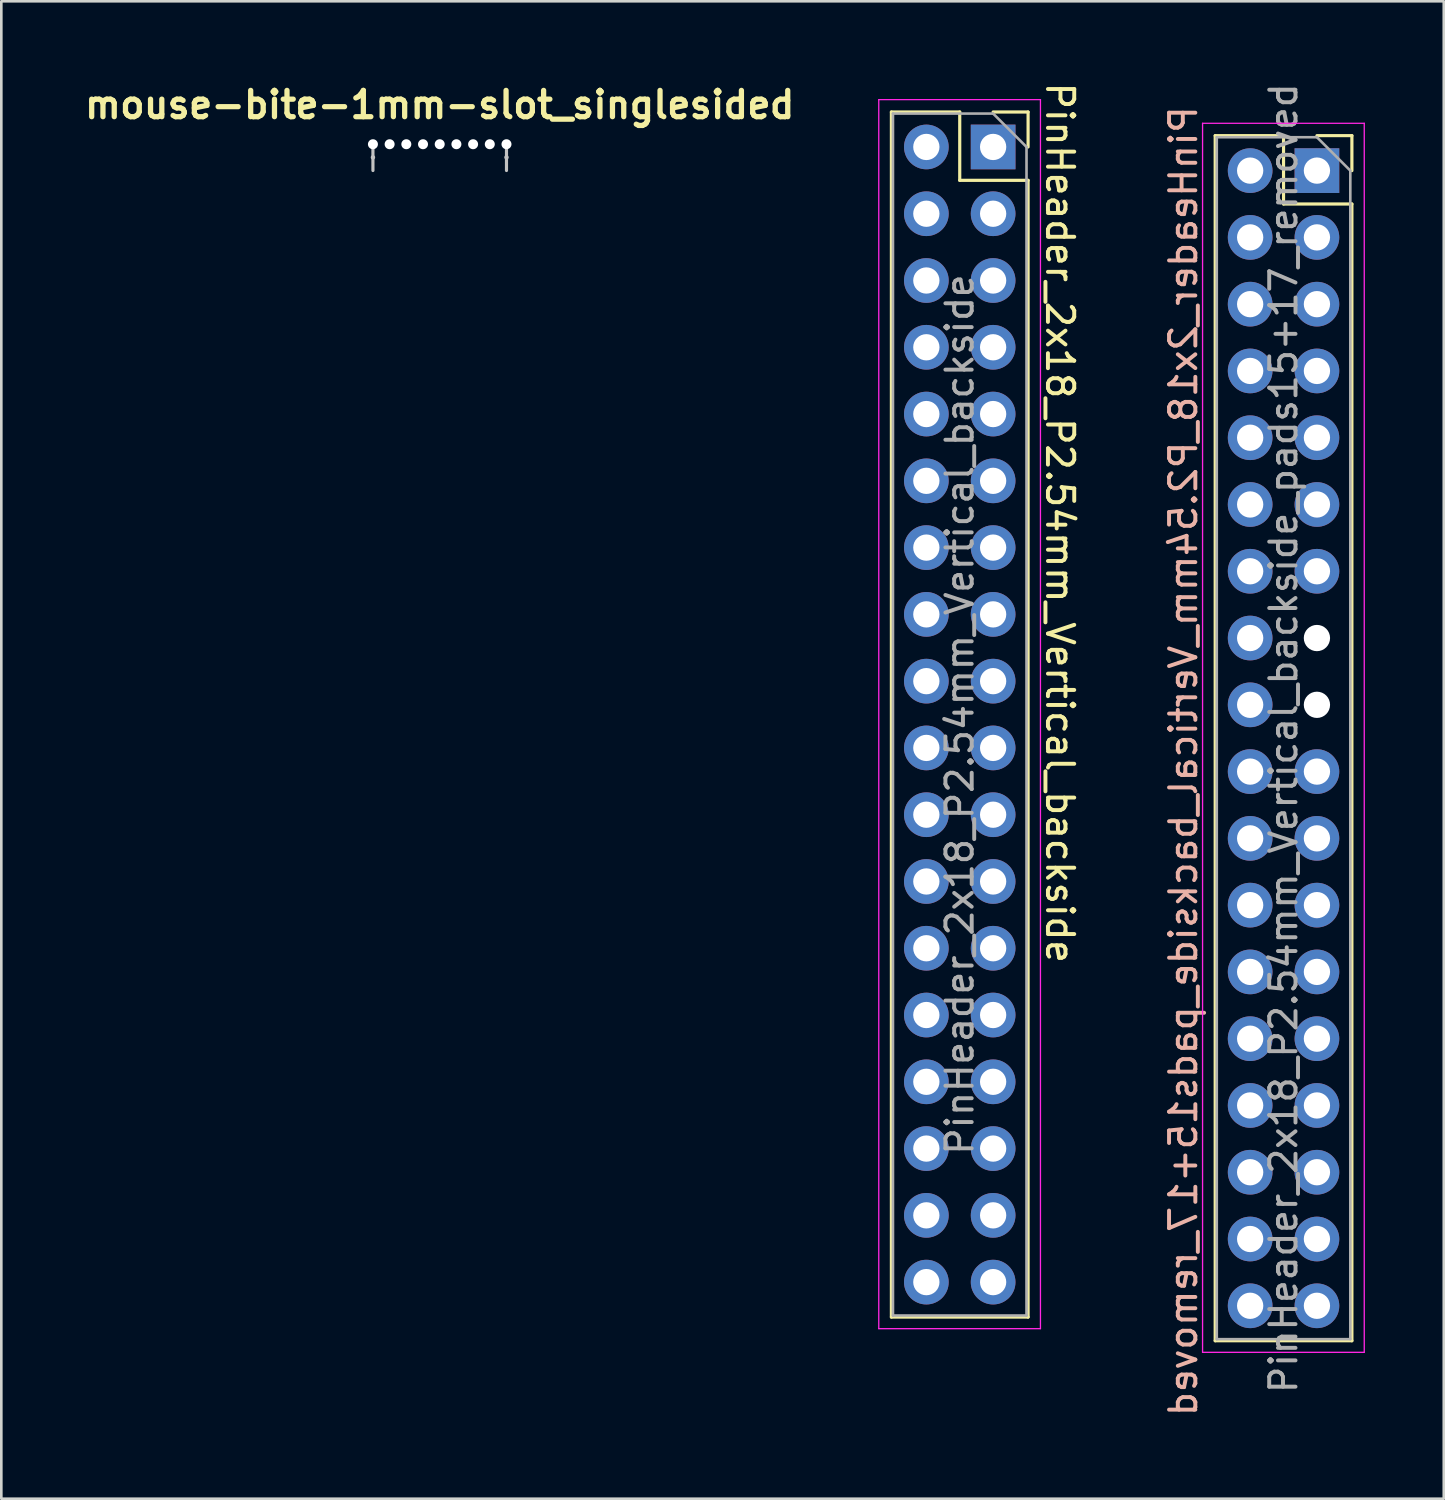
<source format=kicad_pcb>
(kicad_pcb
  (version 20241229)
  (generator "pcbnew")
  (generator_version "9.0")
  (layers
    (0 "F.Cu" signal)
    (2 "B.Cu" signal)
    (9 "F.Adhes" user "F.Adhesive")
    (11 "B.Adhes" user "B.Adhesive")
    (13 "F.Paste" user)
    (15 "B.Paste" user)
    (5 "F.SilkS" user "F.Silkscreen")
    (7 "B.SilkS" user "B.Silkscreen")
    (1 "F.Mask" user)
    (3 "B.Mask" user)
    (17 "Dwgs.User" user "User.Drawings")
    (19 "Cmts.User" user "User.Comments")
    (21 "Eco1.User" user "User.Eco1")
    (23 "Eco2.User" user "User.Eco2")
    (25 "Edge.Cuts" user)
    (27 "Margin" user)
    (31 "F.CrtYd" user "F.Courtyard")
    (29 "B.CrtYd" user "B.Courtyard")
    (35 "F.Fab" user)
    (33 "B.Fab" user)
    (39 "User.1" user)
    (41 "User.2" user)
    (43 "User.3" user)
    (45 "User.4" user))
  (footprint "PinHeader_2x18_P2.54mm_Vertical_backside"
    (layer "F.Cu")
    (at 32.187 2.54)
    (property "Reference" "PinHeader_2x18_P2.54mm_Vertical_backside" (at 5.08 -2.54 270) (unlocked yes) (layer "F.SilkS") (effects (font (size 1 1) (thickness 0.15)) (justify left)))
    (attr through_hole)
    (fp_line (start -1.33 -1.33) (end -1.33 44.51) (stroke (width 0.12) (type solid)) (layer "F.SilkS"))
    (fp_line (start 1.27 -1.33) (end -1.33 -1.33) (stroke (width 0.12) (type solid)) (layer "F.SilkS"))
    (fp_line (start 1.27 1.27) (end 1.27 -1.33) (stroke (width 0.12) (type solid)) (layer "F.SilkS"))
    (fp_line (start 3.87 -1.33) (end 2.54 -1.33) (stroke (width 0.12) (type solid)) (layer "F.SilkS"))
    (fp_line (start 3.87 0) (end 3.87 -1.33) (stroke (width 0.12) (type solid)) (layer "F.SilkS"))
    (fp_line (start 3.87 1.27) (end 1.27 1.27) (stroke (width 0.12) (type solid)) (layer "F.SilkS"))
    (fp_line (start 3.87 1.27) (end 3.87 44.51) (stroke (width 0.12) (type solid)) (layer "F.SilkS"))
    (fp_line (start 3.87 44.51) (end -1.33 44.51) (stroke (width 0.12) (type solid)) (layer "F.SilkS"))
    (fp_line (start -1.81 -1.8) (end 4.34 -1.8) (stroke (width 0.05) (type solid)) (layer "F.CrtYd"))
    (fp_line (start -1.81 44.95) (end -1.81 -1.8) (stroke (width 0.05) (type solid)) (layer "F.CrtYd"))
    (fp_line (start 4.34 -1.8) (end 4.34 44.95) (stroke (width 0.05) (type solid)) (layer "F.CrtYd"))
    (fp_line (start 4.34 44.95) (end -1.81 44.95) (stroke (width 0.05) (type solid)) (layer "F.CrtYd"))
    (fp_line (start -1.27 -1.27) (end -1.27 44.45) (stroke (width 0.1) (type solid)) (layer "F.Fab"))
    (fp_line (start -1.27 44.45) (end 3.81 44.45) (stroke (width 0.1) (type solid)) (layer "F.Fab"))
    (fp_line (start 2.54 -1.27) (end -1.27 -1.27) (stroke (width 0.1) (type solid)) (layer "F.Fab"))
    (fp_line (start 3.81 0) (end 2.54 -1.27) (stroke (width 0.1) (type solid)) (layer "F.Fab"))
    (fp_line (start 3.81 44.45) (end 3.81 0) (stroke (width 0.1) (type solid)) (layer "F.Fab"))
    (fp_text user "${REFERENCE}" (at 1.27 21.59 90) (layer "F.Fab") (effects (font (size 1 1) (thickness 0.15))))
    (pad "1" thru_hole rect (at 2.54 0) (size 1.7 1.7) (drill 1) (layers "*.Cu" "*.Mask"))
    (pad "2" thru_hole oval (at 0 0) (size 1.7 1.7) (drill 1) (layers "*.Cu" "*.Mask"))
    (pad "3" thru_hole oval (at 2.54 2.54) (size 1.7 1.7) (drill 1) (layers "*.Cu" "*.Mask"))
    (pad "4" thru_hole oval (at 0 2.54) (size 1.7 1.7) (drill 1) (layers "*.Cu" "*.Mask"))
    (pad "5" thru_hole oval (at 2.54 5.08) (size 1.7 1.7) (drill 1) (layers "*.Cu" "*.Mask"))
    (pad "6" thru_hole oval (at 0 5.08) (size 1.7 1.7) (drill 1) (layers "*.Cu" "*.Mask"))
    (pad "7" thru_hole oval (at 2.54 7.62) (size 1.7 1.7) (drill 1) (layers "*.Cu" "*.Mask"))
    (pad "8" thru_hole oval (at 0 7.62) (size 1.7 1.7) (drill 1) (layers "*.Cu" "*.Mask"))
    (pad "9" thru_hole oval (at 2.54 10.16) (size 1.7 1.7) (drill 1) (layers "*.Cu" "*.Mask"))
    (pad "10" thru_hole oval (at 0 10.16) (size 1.7 1.7) (drill 1) (layers "*.Cu" "*.Mask"))
    (pad "11" thru_hole oval (at 2.54 12.7) (size 1.7 1.7) (drill 1) (layers "*.Cu" "*.Mask"))
    (pad "12" thru_hole oval (at 0 12.7) (size 1.7 1.7) (drill 1) (layers "*.Cu" "*.Mask"))
    (pad "13" thru_hole oval (at 2.54 15.24) (size 1.7 1.7) (drill 1) (layers "*.Cu" "*.Mask"))
    (pad "14" thru_hole oval (at 0 15.24) (size 1.7 1.7) (drill 1) (layers "*.Cu" "*.Mask"))
    (pad "15" thru_hole oval (at 2.54 17.78) (size 1.7 1.7) (drill 1) (layers "*.Cu" "*.Mask"))
    (pad "16" thru_hole oval (at 0 17.78) (size 1.7 1.7) (drill 1) (layers "*.Cu" "*.Mask"))
    (pad "17" thru_hole oval (at 2.54 20.32) (size 1.7 1.7) (drill 1) (layers "*.Cu" "*.Mask"))
    (pad "18" thru_hole oval (at 0 20.32) (size 1.7 1.7) (drill 1) (layers "*.Cu" "*.Mask"))
    (pad "19" thru_hole oval (at 2.54 22.86) (size 1.7 1.7) (drill 1) (layers "*.Cu" "*.Mask"))
    (pad "20" thru_hole oval (at 0 22.86) (size 1.7 1.7) (drill 1) (layers "*.Cu" "*.Mask"))
    (pad "21" thru_hole oval (at 2.54 25.4) (size 1.7 1.7) (drill 1) (layers "*.Cu" "*.Mask"))
    (pad "22" thru_hole oval (at 0 25.4) (size 1.7 1.7) (drill 1) (layers "*.Cu" "*.Mask"))
    (pad "23" thru_hole oval (at 2.54 27.94) (size 1.7 1.7) (drill 1) (layers "*.Cu" "*.Mask"))
    (pad "24" thru_hole oval (at 0 27.94) (size 1.7 1.7) (drill 1) (layers "*.Cu" "*.Mask"))
    (pad "25" thru_hole oval (at 2.54 30.48) (size 1.7 1.7) (drill 1) (layers "*.Cu" "*.Mask"))
    (pad "26" thru_hole oval (at 0 30.48) (size 1.7 1.7) (drill 1) (layers "*.Cu" "*.Mask"))
    (pad "27" thru_hole oval (at 2.54 33.02) (size 1.7 1.7) (drill 1) (layers "*.Cu" "*.Mask"))
    (pad "28" thru_hole oval (at 0 33.02) (size 1.7 1.7) (drill 1) (layers "*.Cu" "*.Mask"))
    (pad "29" thru_hole oval (at 2.54 35.56) (size 1.7 1.7) (drill 1) (layers "*.Cu" "*.Mask"))
    (pad "30" thru_hole oval (at 0 35.56) (size 1.7 1.7) (drill 1) (layers "*.Cu" "*.Mask"))
    (pad "31" thru_hole oval (at 2.54 38.1) (size 1.7 1.7) (drill 1) (layers "*.Cu" "*.Mask"))
    (pad "32" thru_hole oval (at 0 38.1) (size 1.7 1.7) (drill 1) (layers "*.Cu" "*.Mask"))
    (pad "33" thru_hole oval (at 2.54 40.64) (size 1.7 1.7) (drill 1) (layers "*.Cu" "*.Mask"))
    (pad "34" thru_hole oval (at 0 40.64) (size 1.7 1.7) (drill 1) (layers "*.Cu" "*.Mask"))
    (pad "35" thru_hole oval (at 2.54 43.18) (size 1.7 1.7) (drill 1) (layers "*.Cu" "*.Mask"))
    (pad "36" thru_hole oval (at 0 43.18) (size 1.7 1.7) (drill 1) (layers "*.Cu" "*.Mask")))
  (footprint "mouse-bite-1mm-slot_singlesided"
    (layer "F.Cu")
    (at 13.676 2.936)
    (property "Reference" "mouse-bite-1mm-slot_singlesided" (at 0 -2 0) (layer "F.SilkS") (effects (font (size 1 1) (thickness 0.2))))
    (attr through_hole)
    (fp_line (start -2.54 -0.5) (end -2.54 0.5) (stroke (width 0.12) (type default)) (layer "Dwgs.User"))
    (fp_line (start 2.54 -0.5) (end 2.54 0.5) (stroke (width 0.12) (type default)) (layer "Dwgs.User"))
    (fp_circle (center -2.54 0) (end -2.54 -0.06) (stroke (width 0.05) (type solid)) (fill no) (layer "Dwgs.User"))
    (fp_circle (center 2.54 0) (end 2.54 -0.06) (stroke (width 0.05) (type solid)) (fill no) (layer "Dwgs.User"))
    (pad "" np_thru_hole circle (at -2.54 -0.5) (size 0.38 0.38) (drill 0.38) (layers "*.Cu" "*.Mask"))
    (pad "" np_thru_hole circle (at -1.905 -0.5) (size 0.38 0.38) (drill 0.38) (layers "*.Cu" "*.Mask"))
    (pad "" np_thru_hole circle (at -1.27 -0.5) (size 0.38 0.38) (drill 0.38) (layers "*.Cu" "*.Mask"))
    (pad "" np_thru_hole circle (at -0.635 -0.5) (size 0.38 0.38) (drill 0.38) (layers "*.Cu" "*.Mask"))
    (pad "" np_thru_hole circle (at 0 -0.5) (size 0.38 0.38) (drill 0.38) (layers "*.Cu" "*.Mask"))
    (pad "" np_thru_hole circle (at 0.635 -0.5) (size 0.38 0.38) (drill 0.38) (layers "*.Cu" "*.Mask"))
    (pad "" np_thru_hole circle (at 1.27 -0.5) (size 0.38 0.38) (drill 0.38) (layers "*.Cu" "*.Mask"))
    (pad "" np_thru_hole circle (at 1.905 -0.5) (size 0.38 0.38) (drill 0.38) (layers "*.Cu" "*.Mask"))
    (pad "" np_thru_hole circle (at 2.54 -0.5) (size 0.38 0.38) (drill 0.38) (layers "*.Cu" "*.Mask")))
  (footprint "PinHeader_2x18_P2.54mm_Vertical_backside_pads15+17_removed"
    (layer "F.Cu")
    (at 44.504 3.44)
    (property "Reference" "PinHeader_2x18_P2.54mm_Vertical_backside_pads15+17_removed" (at -2.54 -2.54 90) (unlocked yes) (layer "B.SilkS") (effects (font (size 1 1) (thickness 0.15)) (justify left mirror)))
    (attr through_hole)
    (fp_line (start -1.33 -1.33) (end -1.33 44.51) (stroke (width 0.12) (type solid)) (layer "F.SilkS"))
    (fp_line (start 1.27 -1.33) (end -1.33 -1.33) (stroke (width 0.12) (type solid)) (layer "F.SilkS"))
    (fp_line (start 1.27 1.27) (end 1.27 -1.33) (stroke (width 0.12) (type solid)) (layer "F.SilkS"))
    (fp_line (start 3.87 -1.33) (end 2.54 -1.33) (stroke (width 0.12) (type solid)) (layer "F.SilkS"))
    (fp_line (start 3.87 0) (end 3.87 -1.33) (stroke (width 0.12) (type solid)) (layer "F.SilkS"))
    (fp_line (start 3.87 1.27) (end 1.27 1.27) (stroke (width 0.12) (type solid)) (layer "F.SilkS"))
    (fp_line (start 3.87 1.27) (end 3.87 44.51) (stroke (width 0.12) (type solid)) (layer "F.SilkS"))
    (fp_line (start 3.87 44.51) (end -1.33 44.51) (stroke (width 0.12) (type solid)) (layer "F.SilkS"))
    (fp_line (start -1.81 -1.8) (end 4.34 -1.8) (stroke (width 0.05) (type solid)) (layer "F.CrtYd"))
    (fp_line (start -1.81 44.95) (end -1.81 -1.8) (stroke (width 0.05) (type solid)) (layer "F.CrtYd"))
    (fp_line (start 4.34 -1.8) (end 4.34 44.95) (stroke (width 0.05) (type solid)) (layer "F.CrtYd"))
    (fp_line (start 4.34 44.95) (end -1.81 44.95) (stroke (width 0.05) (type solid)) (layer "F.CrtYd"))
    (fp_line (start -1.27 -1.27) (end -1.27 44.45) (stroke (width 0.1) (type solid)) (layer "F.Fab"))
    (fp_line (start -1.27 44.45) (end 3.81 44.45) (stroke (width 0.1) (type solid)) (layer "F.Fab"))
    (fp_line (start 2.54 -1.27) (end -1.27 -1.27) (stroke (width 0.1) (type solid)) (layer "F.Fab"))
    (fp_line (start 3.81 0) (end 2.54 -1.27) (stroke (width 0.1) (type solid)) (layer "F.Fab"))
    (fp_line (start 3.81 44.45) (end 3.81 0) (stroke (width 0.1) (type solid)) (layer "F.Fab"))
    (fp_text user "${REFERENCE}" (at 1.27 21.59 90) (layer "F.Fab") (effects (font (size 1 1) (thickness 0.15))))
    (pad "" np_thru_hole circle (at 2.54 17.78) (size 1 1) (drill 1) (layers "*.Cu" "*.Mask"))
    (pad "" np_thru_hole circle (at 2.54 20.32) (size 1 1) (drill 1) (layers "*.Cu" "*.Mask"))
    (pad "1" thru_hole rect (at 2.54 0) (size 1.7 1.7) (drill 1) (layers "*.Cu" "*.Mask"))
    (pad "2" thru_hole oval (at 0 0) (size 1.7 1.7) (drill 1) (layers "*.Cu" "*.Mask"))
    (pad "3" thru_hole oval (at 2.54 2.54) (size 1.7 1.7) (drill 1) (layers "*.Cu" "*.Mask"))
    (pad "4" thru_hole oval (at 0 2.54) (size 1.7 1.7) (drill 1) (layers "*.Cu" "*.Mask"))
    (pad "5" thru_hole oval (at 2.54 5.08) (size 1.7 1.7) (drill 1) (layers "*.Cu" "*.Mask"))
    (pad "6" thru_hole oval (at 0 5.08) (size 1.7 1.7) (drill 1) (layers "*.Cu" "*.Mask"))
    (pad "7" thru_hole oval (at 2.54 7.62) (size 1.7 1.7) (drill 1) (layers "*.Cu" "*.Mask"))
    (pad "8" thru_hole oval (at 0 7.62) (size 1.7 1.7) (drill 1) (layers "*.Cu" "*.Mask"))
    (pad "9" thru_hole oval (at 2.54 10.16) (size 1.7 1.7) (drill 1) (layers "*.Cu" "*.Mask"))
    (pad "10" thru_hole oval (at 0 10.16) (size 1.7 1.7) (drill 1) (layers "*.Cu" "*.Mask"))
    (pad "11" thru_hole oval (at 2.54 12.7) (size 1.7 1.7) (drill 1) (layers "*.Cu" "*.Mask"))
    (pad "12" thru_hole oval (at 0 12.7) (size 1.7 1.7) (drill 1) (layers "*.Cu" "*.Mask"))
    (pad "13" thru_hole oval (at 2.54 15.24) (size 1.7 1.7) (drill 1) (layers "*.Cu" "*.Mask"))
    (pad "14" thru_hole oval (at 0 15.24) (size 1.7 1.7) (drill 1) (layers "*.Cu" "*.Mask"))
    (pad "16" thru_hole oval (at 0 17.78) (size 1.7 1.7) (drill 1) (layers "*.Cu" "*.Mask"))
    (pad "18" thru_hole oval (at 0 20.32) (size 1.7 1.7) (drill 1) (layers "*.Cu" "*.Mask"))
    (pad "19" thru_hole oval (at 2.54 22.86) (size 1.7 1.7) (drill 1) (layers "*.Cu" "*.Mask"))
    (pad "20" thru_hole oval (at 0 22.86) (size 1.7 1.7) (drill 1) (layers "*.Cu" "*.Mask"))
    (pad "21" thru_hole oval (at 2.54 25.4) (size 1.7 1.7) (drill 1) (layers "*.Cu" "*.Mask"))
    (pad "22" thru_hole oval (at 0 25.4) (size 1.7 1.7) (drill 1) (layers "*.Cu" "*.Mask"))
    (pad "23" thru_hole oval (at 2.54 27.94) (size 1.7 1.7) (drill 1) (layers "*.Cu" "*.Mask"))
    (pad "24" thru_hole oval (at 0 27.94) (size 1.7 1.7) (drill 1) (layers "*.Cu" "*.Mask"))
    (pad "25" thru_hole oval (at 2.54 30.48) (size 1.7 1.7) (drill 1) (layers "*.Cu" "*.Mask"))
    (pad "26" thru_hole oval (at 0 30.48) (size 1.7 1.7) (drill 1) (layers "*.Cu" "*.Mask"))
    (pad "27" thru_hole oval (at 2.54 33.02) (size 1.7 1.7) (drill 1) (layers "*.Cu" "*.Mask"))
    (pad "28" thru_hole oval (at 0 33.02) (size 1.7 1.7) (drill 1) (layers "*.Cu" "*.Mask"))
    (pad "29" thru_hole oval (at 2.54 35.56) (size 1.7 1.7) (drill 1) (layers "*.Cu" "*.Mask"))
    (pad "30" thru_hole oval (at 0 35.56) (size 1.7 1.7) (drill 1) (layers "*.Cu" "*.Mask"))
    (pad "31" thru_hole oval (at 2.54 38.1) (size 1.7 1.7) (drill 1) (layers "*.Cu" "*.Mask"))
    (pad "32" thru_hole oval (at 0 38.1) (size 1.7 1.7) (drill 1) (layers "*.Cu" "*.Mask"))
    (pad "33" thru_hole oval (at 2.54 40.64) (size 1.7 1.7) (drill 1) (layers "*.Cu" "*.Mask"))
    (pad "34" thru_hole oval (at 0 40.64) (size 1.7 1.7) (drill 1) (layers "*.Cu" "*.Mask"))
    (pad "35" thru_hole oval (at 2.54 43.18) (size 1.7 1.7) (drill 1) (layers "*.Cu" "*.Mask"))
    (pad "36" thru_hole oval (at 0 43.18) (size 1.7 1.7) (drill 1) (layers "*.Cu" "*.Mask")))
  (gr_rect
    (start -3 -3)
    (end 51.869 53.959)
    (stroke (width 0.1) (type default))
    (fill no)
    (layer "Edge.Cuts")))
</source>
